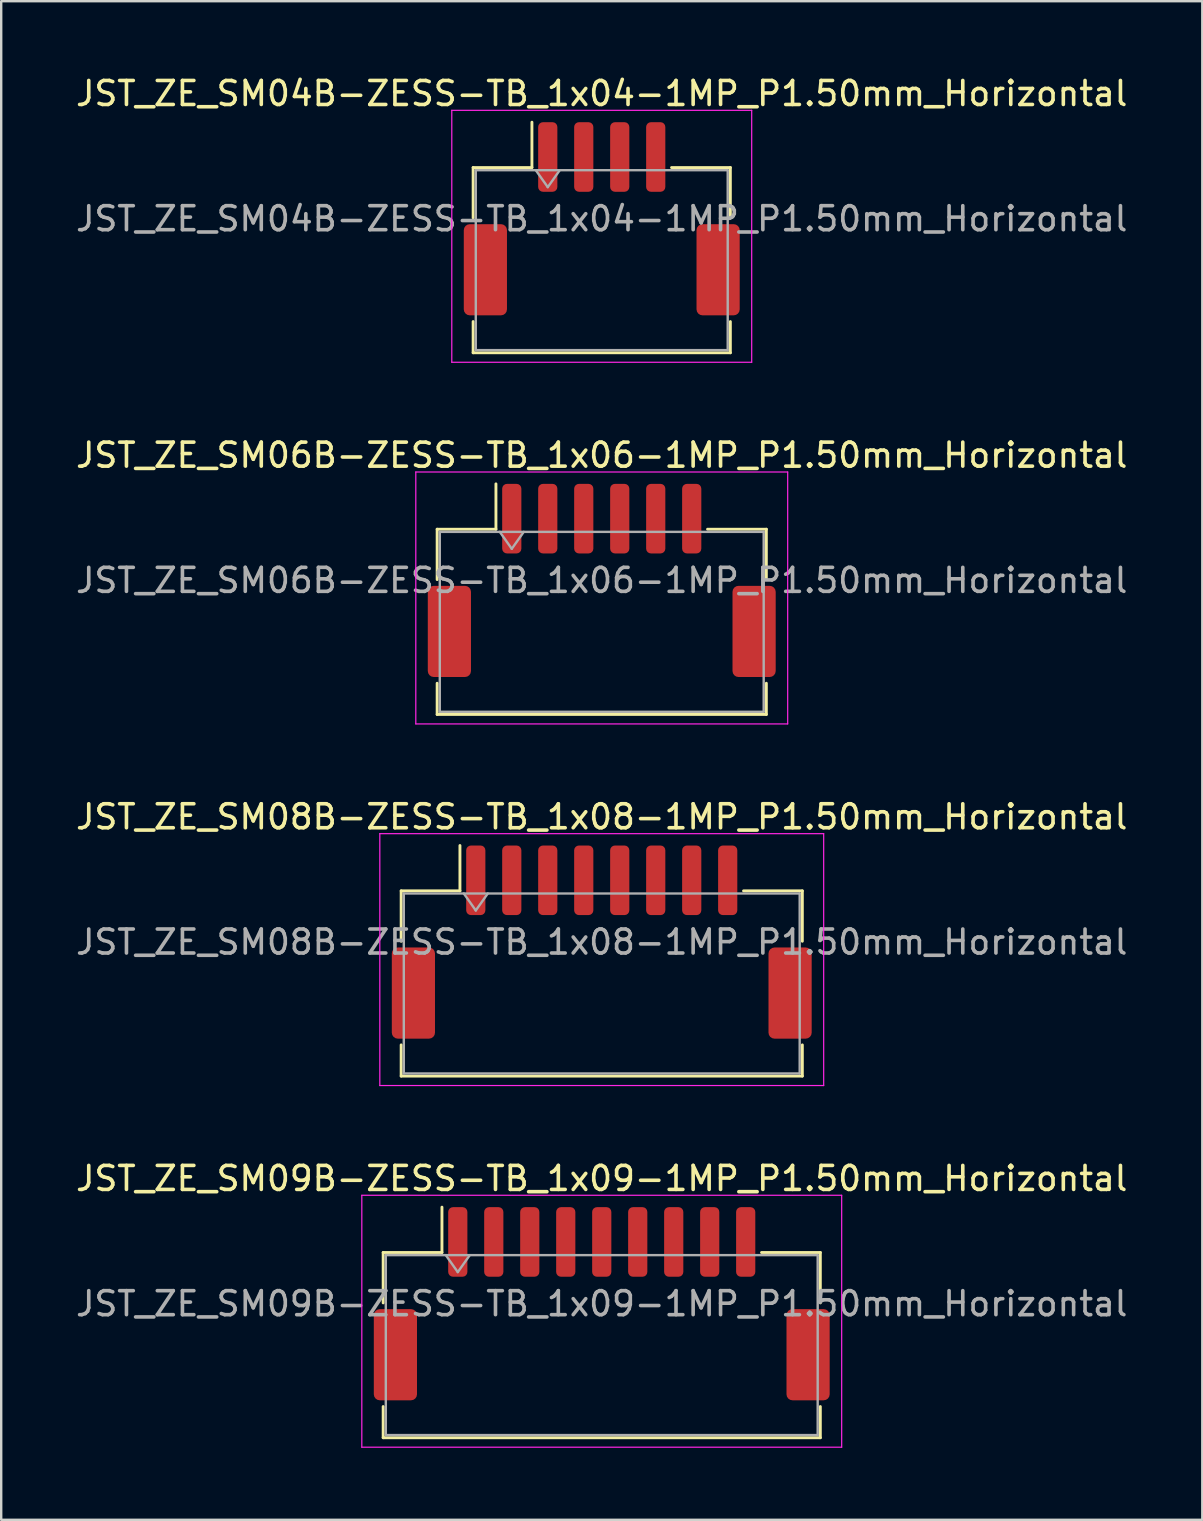
<source format=kicad_pcb>
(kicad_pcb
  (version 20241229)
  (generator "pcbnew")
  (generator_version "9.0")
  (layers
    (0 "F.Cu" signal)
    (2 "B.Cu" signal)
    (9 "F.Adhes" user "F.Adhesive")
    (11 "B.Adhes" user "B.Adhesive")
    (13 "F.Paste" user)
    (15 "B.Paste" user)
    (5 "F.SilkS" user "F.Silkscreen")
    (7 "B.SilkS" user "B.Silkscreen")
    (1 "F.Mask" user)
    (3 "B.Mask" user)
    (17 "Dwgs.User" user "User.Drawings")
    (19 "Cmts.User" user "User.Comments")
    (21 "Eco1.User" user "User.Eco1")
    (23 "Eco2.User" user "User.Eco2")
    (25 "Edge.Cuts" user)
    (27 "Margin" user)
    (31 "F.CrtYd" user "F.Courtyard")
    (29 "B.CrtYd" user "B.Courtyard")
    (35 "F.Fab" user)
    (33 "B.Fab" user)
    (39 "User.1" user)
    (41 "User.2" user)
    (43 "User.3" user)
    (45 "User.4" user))
  (footprint "JST_ZE_SM04B-ZESS-TB_1x04-1MP_P1.50mm_Horizontal"
    (layer "F.Cu")
    (at 22.03 6.068)
    (property "Reference" "JST_ZE_SM04B-ZESS-TB_1x04-1MP_P1.50mm_Horizontal" (at 0 -5.22 0) (layer "F.SilkS") (effects (font (size 1 1) (thickness 0.15))))
    (attr smd)
    (fp_line (start -5.36 -2.135) (end -2.91 -2.135) (stroke (width 0.12) (type solid)) (layer "F.SilkS"))
    (fp_line (start -5.36 -0.035) (end -5.36 -2.135) (stroke (width 0.12) (type solid)) (layer "F.SilkS"))
    (fp_line (start -5.36 4.285) (end -5.36 5.585) (stroke (width 0.12) (type solid)) (layer "F.SilkS"))
    (fp_line (start -5.36 5.585) (end 5.36 5.585) (stroke (width 0.12) (type solid)) (layer "F.SilkS"))
    (fp_line (start -2.91 -2.135) (end -2.91 -4.025) (stroke (width 0.12) (type solid)) (layer "F.SilkS"))
    (fp_line (start 5.36 -2.135) (end 2.91 -2.135) (stroke (width 0.12) (type solid)) (layer "F.SilkS"))
    (fp_line (start 5.36 -0.035) (end 5.36 -2.135) (stroke (width 0.12) (type solid)) (layer "F.SilkS"))
    (fp_line (start 5.36 5.585) (end 5.36 4.285) (stroke (width 0.12) (type solid)) (layer "F.SilkS"))
    (fp_line (start -6.25 -4.52) (end -6.25 5.98) (stroke (width 0.05) (type solid)) (layer "F.CrtYd"))
    (fp_line (start -6.25 5.98) (end 6.25 5.98) (stroke (width 0.05) (type solid)) (layer "F.CrtYd"))
    (fp_line (start 6.25 -4.52) (end -6.25 -4.52) (stroke (width 0.05) (type solid)) (layer "F.CrtYd"))
    (fp_line (start 6.25 5.98) (end 6.25 -4.52) (stroke (width 0.05) (type solid)) (layer "F.CrtYd"))
    (fp_line (start -5.25 -2.025) (end -5.25 5.475) (stroke (width 0.1) (type solid)) (layer "F.Fab"))
    (fp_line (start -5.25 -2.025) (end 5.25 -2.025) (stroke (width 0.1) (type solid)) (layer "F.Fab"))
    (fp_line (start -5.25 5.475) (end 5.25 5.475) (stroke (width 0.1) (type solid)) (layer "F.Fab"))
    (fp_line (start -2.75 -2.025) (end -2.25 -1.318) (stroke (width 0.1) (type solid)) (layer "F.Fab"))
    (fp_line (start -2.25 -1.318) (end -1.75 -2.025) (stroke (width 0.1) (type solid)) (layer "F.Fab"))
    (fp_line (start 5.25 -2.025) (end 5.25 5.475) (stroke (width 0.1) (type solid)) (layer "F.Fab"))
    (fp_text user "${REFERENCE}" (at 0 0 0) (layer "F.Fab") (effects (font (size 1 1) (thickness 0.15))))
    (pad "1" smd roundrect (at -2.25 -2.575) (size 0.8 2.9) (layers "F.Cu" "F.Mask" "F.Paste") (roundrect_rratio 0.25))
    (pad "2" smd roundrect (at -0.75 -2.575) (size 0.8 2.9) (layers "F.Cu" "F.Mask" "F.Paste") (roundrect_rratio 0.25))
    (pad "3" smd roundrect (at 0.75 -2.575) (size 0.8 2.9) (layers "F.Cu" "F.Mask" "F.Paste") (roundrect_rratio 0.25))
    (pad "4" smd roundrect (at 2.25 -2.575) (size 0.8 2.9) (layers "F.Cu" "F.Mask" "F.Paste") (roundrect_rratio 0.25))
    (pad "MP" smd roundrect (at -4.85 2.125) (size 1.8 3.8) (layers "F.Cu" "F.Mask" "F.Paste") (roundrect_rratio 0.139))
    (pad "MP" smd roundrect (at 4.85 2.125) (size 1.8 3.8) (layers "F.Cu" "F.Mask" "F.Paste") (roundrect_rratio 0.139)))
  (footprint "JST_ZE_SM06B-ZESS-TB_1x06-1MP_P1.50mm_Horizontal"
    (layer "F.Cu")
    (at 22.03 21.142)
    (property "Reference" "JST_ZE_SM06B-ZESS-TB_1x06-1MP_P1.50mm_Horizontal" (at 0 -5.22 0) (layer "F.SilkS") (effects (font (size 1 1) (thickness 0.15))))
    (attr smd)
    (fp_line (start -6.86 -2.135) (end -4.41 -2.135) (stroke (width 0.12) (type solid)) (layer "F.SilkS"))
    (fp_line (start -6.86 -0.035) (end -6.86 -2.135) (stroke (width 0.12) (type solid)) (layer "F.SilkS"))
    (fp_line (start -6.86 4.285) (end -6.86 5.585) (stroke (width 0.12) (type solid)) (layer "F.SilkS"))
    (fp_line (start -6.86 5.585) (end 6.86 5.585) (stroke (width 0.12) (type solid)) (layer "F.SilkS"))
    (fp_line (start -4.41 -2.135) (end -4.41 -4.025) (stroke (width 0.12) (type solid)) (layer "F.SilkS"))
    (fp_line (start 6.86 -2.135) (end 4.41 -2.135) (stroke (width 0.12) (type solid)) (layer "F.SilkS"))
    (fp_line (start 6.86 -0.035) (end 6.86 -2.135) (stroke (width 0.12) (type solid)) (layer "F.SilkS"))
    (fp_line (start 6.86 5.585) (end 6.86 4.285) (stroke (width 0.12) (type solid)) (layer "F.SilkS"))
    (fp_line (start -7.75 -4.52) (end -7.75 5.98) (stroke (width 0.05) (type solid)) (layer "F.CrtYd"))
    (fp_line (start -7.75 5.98) (end 7.75 5.98) (stroke (width 0.05) (type solid)) (layer "F.CrtYd"))
    (fp_line (start 7.75 -4.52) (end -7.75 -4.52) (stroke (width 0.05) (type solid)) (layer "F.CrtYd"))
    (fp_line (start 7.75 5.98) (end 7.75 -4.52) (stroke (width 0.05) (type solid)) (layer "F.CrtYd"))
    (fp_line (start -6.75 -2.025) (end -6.75 5.475) (stroke (width 0.1) (type solid)) (layer "F.Fab"))
    (fp_line (start -6.75 -2.025) (end 6.75 -2.025) (stroke (width 0.1) (type solid)) (layer "F.Fab"))
    (fp_line (start -6.75 5.475) (end 6.75 5.475) (stroke (width 0.1) (type solid)) (layer "F.Fab"))
    (fp_line (start -4.25 -2.025) (end -3.75 -1.318) (stroke (width 0.1) (type solid)) (layer "F.Fab"))
    (fp_line (start -3.75 -1.318) (end -3.25 -2.025) (stroke (width 0.1) (type solid)) (layer "F.Fab"))
    (fp_line (start 6.75 -2.025) (end 6.75 5.475) (stroke (width 0.1) (type solid)) (layer "F.Fab"))
    (fp_text user "${REFERENCE}" (at 0 0 0) (layer "F.Fab") (effects (font (size 1 1) (thickness 0.15))))
    (pad "1" smd roundrect (at -3.75 -2.575) (size 0.8 2.9) (layers "F.Cu" "F.Mask" "F.Paste") (roundrect_rratio 0.25))
    (pad "2" smd roundrect (at -2.25 -2.575) (size 0.8 2.9) (layers "F.Cu" "F.Mask" "F.Paste") (roundrect_rratio 0.25))
    (pad "3" smd roundrect (at -0.75 -2.575) (size 0.8 2.9) (layers "F.Cu" "F.Mask" "F.Paste") (roundrect_rratio 0.25))
    (pad "4" smd roundrect (at 0.75 -2.575) (size 0.8 2.9) (layers "F.Cu" "F.Mask" "F.Paste") (roundrect_rratio 0.25))
    (pad "5" smd roundrect (at 2.25 -2.575) (size 0.8 2.9) (layers "F.Cu" "F.Mask" "F.Paste") (roundrect_rratio 0.25))
    (pad "6" smd roundrect (at 3.75 -2.575) (size 0.8 2.9) (layers "F.Cu" "F.Mask" "F.Paste") (roundrect_rratio 0.25))
    (pad "MP" smd roundrect (at -6.35 2.125) (size 1.8 3.8) (layers "F.Cu" "F.Mask" "F.Paste") (roundrect_rratio 0.139))
    (pad "MP" smd roundrect (at 6.35 2.125) (size 1.8 3.8) (layers "F.Cu" "F.Mask" "F.Paste") (roundrect_rratio 0.139)))
  (footprint "JST_ZE_SM08B-ZESS-TB_1x08-1MP_P1.50mm_Horizontal"
    (layer "F.Cu")
    (at 22.03 36.215)
    (property "Reference" "JST_ZE_SM08B-ZESS-TB_1x08-1MP_P1.50mm_Horizontal" (at 0 -5.22 0) (layer "F.SilkS") (effects (font (size 1 1) (thickness 0.15))))
    (attr smd)
    (fp_line (start -8.36 -2.135) (end -5.91 -2.135) (stroke (width 0.12) (type solid)) (layer "F.SilkS"))
    (fp_line (start -8.36 -0.035) (end -8.36 -2.135) (stroke (width 0.12) (type solid)) (layer "F.SilkS"))
    (fp_line (start -8.36 4.285) (end -8.36 5.585) (stroke (width 0.12) (type solid)) (layer "F.SilkS"))
    (fp_line (start -8.36 5.585) (end 8.36 5.585) (stroke (width 0.12) (type solid)) (layer "F.SilkS"))
    (fp_line (start -5.91 -2.135) (end -5.91 -4.025) (stroke (width 0.12) (type solid)) (layer "F.SilkS"))
    (fp_line (start 8.36 -2.135) (end 5.91 -2.135) (stroke (width 0.12) (type solid)) (layer "F.SilkS"))
    (fp_line (start 8.36 -0.035) (end 8.36 -2.135) (stroke (width 0.12) (type solid)) (layer "F.SilkS"))
    (fp_line (start 8.36 5.585) (end 8.36 4.285) (stroke (width 0.12) (type solid)) (layer "F.SilkS"))
    (fp_line (start -9.25 -4.52) (end -9.25 5.98) (stroke (width 0.05) (type solid)) (layer "F.CrtYd"))
    (fp_line (start -9.25 5.98) (end 9.25 5.98) (stroke (width 0.05) (type solid)) (layer "F.CrtYd"))
    (fp_line (start 9.25 -4.52) (end -9.25 -4.52) (stroke (width 0.05) (type solid)) (layer "F.CrtYd"))
    (fp_line (start 9.25 5.98) (end 9.25 -4.52) (stroke (width 0.05) (type solid)) (layer "F.CrtYd"))
    (fp_line (start -8.25 -2.025) (end -8.25 5.475) (stroke (width 0.1) (type solid)) (layer "F.Fab"))
    (fp_line (start -8.25 -2.025) (end 8.25 -2.025) (stroke (width 0.1) (type solid)) (layer "F.Fab"))
    (fp_line (start -8.25 5.475) (end 8.25 5.475) (stroke (width 0.1) (type solid)) (layer "F.Fab"))
    (fp_line (start -5.75 -2.025) (end -5.25 -1.318) (stroke (width 0.1) (type solid)) (layer "F.Fab"))
    (fp_line (start -5.25 -1.318) (end -4.75 -2.025) (stroke (width 0.1) (type solid)) (layer "F.Fab"))
    (fp_line (start 8.25 -2.025) (end 8.25 5.475) (stroke (width 0.1) (type solid)) (layer "F.Fab"))
    (fp_text user "${REFERENCE}" (at 0 0 0) (layer "F.Fab") (effects (font (size 1 1) (thickness 0.15))))
    (pad "1" smd roundrect (at -5.25 -2.575) (size 0.8 2.9) (layers "F.Cu" "F.Mask" "F.Paste") (roundrect_rratio 0.25))
    (pad "2" smd roundrect (at -3.75 -2.575) (size 0.8 2.9) (layers "F.Cu" "F.Mask" "F.Paste") (roundrect_rratio 0.25))
    (pad "3" smd roundrect (at -2.25 -2.575) (size 0.8 2.9) (layers "F.Cu" "F.Mask" "F.Paste") (roundrect_rratio 0.25))
    (pad "4" smd roundrect (at -0.75 -2.575) (size 0.8 2.9) (layers "F.Cu" "F.Mask" "F.Paste") (roundrect_rratio 0.25))
    (pad "5" smd roundrect (at 0.75 -2.575) (size 0.8 2.9) (layers "F.Cu" "F.Mask" "F.Paste") (roundrect_rratio 0.25))
    (pad "6" smd roundrect (at 2.25 -2.575) (size 0.8 2.9) (layers "F.Cu" "F.Mask" "F.Paste") (roundrect_rratio 0.25))
    (pad "7" smd roundrect (at 3.75 -2.575) (size 0.8 2.9) (layers "F.Cu" "F.Mask" "F.Paste") (roundrect_rratio 0.25))
    (pad "8" smd roundrect (at 5.25 -2.575) (size 0.8 2.9) (layers "F.Cu" "F.Mask" "F.Paste") (roundrect_rratio 0.25))
    (pad "MP" smd roundrect (at -7.85 2.125) (size 1.8 3.8) (layers "F.Cu" "F.Mask" "F.Paste") (roundrect_rratio 0.139))
    (pad "MP" smd roundrect (at 7.85 2.125) (size 1.8 3.8) (layers "F.Cu" "F.Mask" "F.Paste") (roundrect_rratio 0.139)))
  (footprint "JST_ZE_SM09B-ZESS-TB_1x09-1MP_P1.50mm_Horizontal"
    (layer "F.Cu")
    (at 22.03 51.288)
    (property "Reference" "JST_ZE_SM09B-ZESS-TB_1x09-1MP_P1.50mm_Horizontal" (at 0 -5.22 0) (layer "F.SilkS") (effects (font (size 1 1) (thickness 0.15))))
    (attr smd)
    (fp_line (start -9.11 -2.135) (end -6.66 -2.135) (stroke (width 0.12) (type solid)) (layer "F.SilkS"))
    (fp_line (start -9.11 -0.035) (end -9.11 -2.135) (stroke (width 0.12) (type solid)) (layer "F.SilkS"))
    (fp_line (start -9.11 4.285) (end -9.11 5.585) (stroke (width 0.12) (type solid)) (layer "F.SilkS"))
    (fp_line (start -9.11 5.585) (end 9.11 5.585) (stroke (width 0.12) (type solid)) (layer "F.SilkS"))
    (fp_line (start -6.66 -2.135) (end -6.66 -4.025) (stroke (width 0.12) (type solid)) (layer "F.SilkS"))
    (fp_line (start 9.11 -2.135) (end 6.66 -2.135) (stroke (width 0.12) (type solid)) (layer "F.SilkS"))
    (fp_line (start 9.11 -0.035) (end 9.11 -2.135) (stroke (width 0.12) (type solid)) (layer "F.SilkS"))
    (fp_line (start 9.11 5.585) (end 9.11 4.285) (stroke (width 0.12) (type solid)) (layer "F.SilkS"))
    (fp_line (start -10 -4.52) (end -10 5.98) (stroke (width 0.05) (type solid)) (layer "F.CrtYd"))
    (fp_line (start -10 5.98) (end 10 5.98) (stroke (width 0.05) (type solid)) (layer "F.CrtYd"))
    (fp_line (start 10 -4.52) (end -10 -4.52) (stroke (width 0.05) (type solid)) (layer "F.CrtYd"))
    (fp_line (start 10 5.98) (end 10 -4.52) (stroke (width 0.05) (type solid)) (layer "F.CrtYd"))
    (fp_line (start -9 -2.025) (end -9 5.475) (stroke (width 0.1) (type solid)) (layer "F.Fab"))
    (fp_line (start -9 -2.025) (end 9 -2.025) (stroke (width 0.1) (type solid)) (layer "F.Fab"))
    (fp_line (start -9 5.475) (end 9 5.475) (stroke (width 0.1) (type solid)) (layer "F.Fab"))
    (fp_line (start -6.5 -2.025) (end -6 -1.318) (stroke (width 0.1) (type solid)) (layer "F.Fab"))
    (fp_line (start -6 -1.318) (end -5.5 -2.025) (stroke (width 0.1) (type solid)) (layer "F.Fab"))
    (fp_line (start 9 -2.025) (end 9 5.475) (stroke (width 0.1) (type solid)) (layer "F.Fab"))
    (fp_text user "${REFERENCE}" (at 0 0 0) (layer "F.Fab") (effects (font (size 1 1) (thickness 0.15))))
    (pad "1" smd roundrect (at -6 -2.575) (size 0.8 2.9) (layers "F.Cu" "F.Mask" "F.Paste") (roundrect_rratio 0.25))
    (pad "2" smd roundrect (at -4.5 -2.575) (size 0.8 2.9) (layers "F.Cu" "F.Mask" "F.Paste") (roundrect_rratio 0.25))
    (pad "3" smd roundrect (at -3 -2.575) (size 0.8 2.9) (layers "F.Cu" "F.Mask" "F.Paste") (roundrect_rratio 0.25))
    (pad "4" smd roundrect (at -1.5 -2.575) (size 0.8 2.9) (layers "F.Cu" "F.Mask" "F.Paste") (roundrect_rratio 0.25))
    (pad "5" smd roundrect (at 0 -2.575) (size 0.8 2.9) (layers "F.Cu" "F.Mask" "F.Paste") (roundrect_rratio 0.25))
    (pad "6" smd roundrect (at 1.5 -2.575) (size 0.8 2.9) (layers "F.Cu" "F.Mask" "F.Paste") (roundrect_rratio 0.25))
    (pad "7" smd roundrect (at 3 -2.575) (size 0.8 2.9) (layers "F.Cu" "F.Mask" "F.Paste") (roundrect_rratio 0.25))
    (pad "8" smd roundrect (at 4.5 -2.575) (size 0.8 2.9) (layers "F.Cu" "F.Mask" "F.Paste") (roundrect_rratio 0.25))
    (pad "9" smd roundrect (at 6 -2.575) (size 0.8 2.9) (layers "F.Cu" "F.Mask" "F.Paste") (roundrect_rratio 0.25))
    (pad "MP" smd roundrect (at -8.6 2.125) (size 1.8 3.8) (layers "F.Cu" "F.Mask" "F.Paste") (roundrect_rratio 0.139))
    (pad "MP" smd roundrect (at 8.6 2.125) (size 1.8 3.8) (layers "F.Cu" "F.Mask" "F.Paste") (roundrect_rratio 0.139)))
  (gr_rect
    (start -3 -3)
    (end 47.06 60.293)
    (stroke (width 0.1) (type default))
    (fill no)
    (layer "Edge.Cuts")))
</source>
